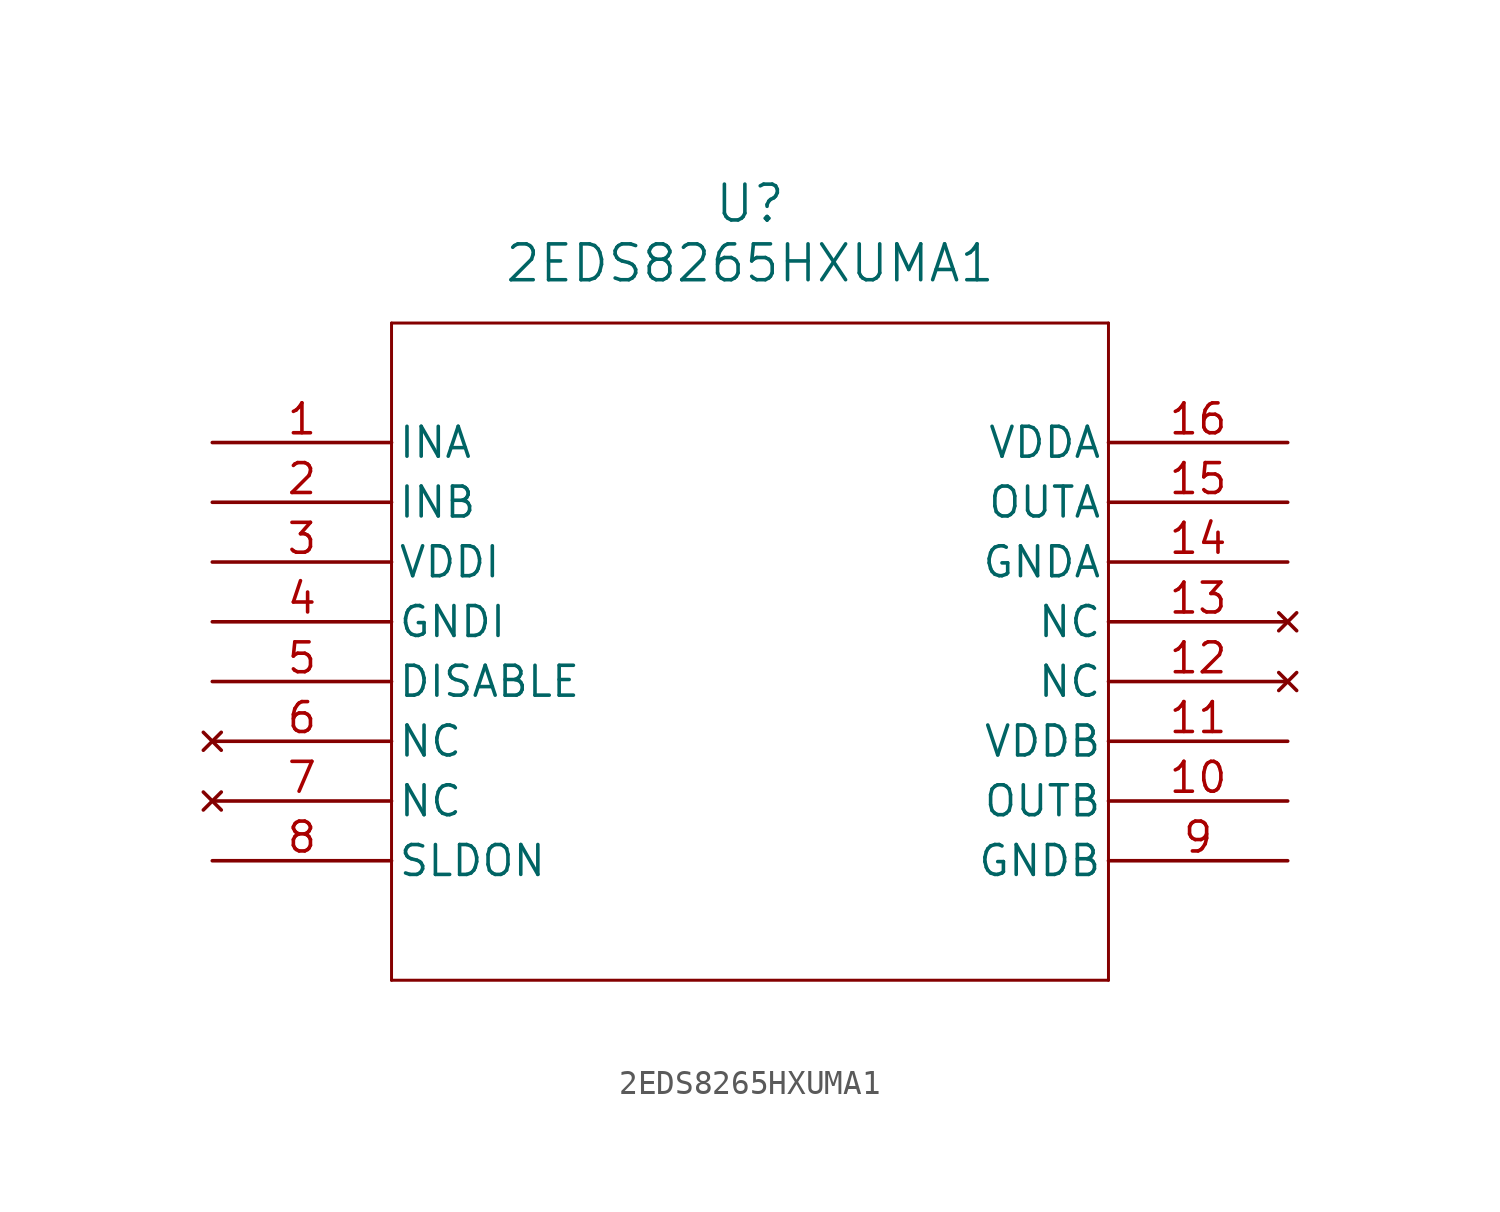
<source format=kicad_sym>
(kicad_symbol_lib
  (version 20211014)
  (generator kicad_symbol_editor)
  (symbol "2EDS8265HXUMA1"
    (pin_names
      (offset 0.254))
    (property "Reference" "U"
      (at 22.86 10.16 0)
      (effects (font (size 1.524 1.524))))
    (property "Value" "2EDS8265HXUMA1"
      (at 22.86 7.62 0)
      (effects (font (size 1.524 1.524))))
    (symbol "2EDS8265HXUMA1_0_1"
      (polyline (pts (xy 7.62 5.08) (xy 7.62 -22.86)) (stroke (width 0.127) (type default) (color 0 0 0 0)) (fill (type none)))
      (polyline (pts (xy 7.62 -22.86) (xy 38.1 -22.86)) (stroke (width 0.127) (type default) (color 0 0 0 0)) (fill (type none)))
      (polyline (pts (xy 38.1 -22.86) (xy 38.1 5.08)) (stroke (width 0.127) (type default) (color 0 0 0 0)) (fill (type none)))
      (polyline (pts (xy 38.1 5.08) (xy 7.62 5.08)) (stroke (width 0.127) (type default) (color 0 0 0 0)) (fill (type none)))
      (pin input line (at 0 0 0) (length 7.62) (name "INA" (effects (font (size 1.27 1.27)))) (number "1" (effects (font (size 1.27 1.27)))))
      (pin input line (at 0 -2.54 0) (length 7.62) (name "INB" (effects (font (size 1.27 1.27)))) (number "2" (effects (font (size 1.27 1.27)))))
      (pin power_in line (at 0 -5.08 0) (length 7.62) (name "VDDI" (effects (font (size 1.27 1.27)))) (number "3" (effects (font (size 1.27 1.27)))))
      (pin power_out line (at 0 -7.62 0) (length 7.62) (name "GNDI" (effects (font (size 1.27 1.27)))) (number "4" (effects (font (size 1.27 1.27)))))
      (pin input line (at 0 -10.16 0) (length 7.62) (name "DISABLE" (effects (font (size 1.27 1.27)))) (number "5" (effects (font (size 1.27 1.27)))))
      (pin no_connect line (at 0 -12.7 0) (length 7.62) (name "NC" (effects (font (size 1.27 1.27)))) (number "6" (effects (font (size 1.27 1.27)))))
      (pin no_connect line (at 0 -15.24 0) (length 7.62) (name "NC" (effects (font (size 1.27 1.27)))) (number "7" (effects (font (size 1.27 1.27)))))
      (pin unspecified line (at 0 -17.78 0) (length 7.62) (name "SLDON" (effects (font (size 1.27 1.27)))) (number "8" (effects (font (size 1.27 1.27)))))
      (pin power_out line (at 45.72 -17.78 180) (length 7.62) (name "GNDB" (effects (font (size 1.27 1.27)))) (number "9" (effects (font (size 1.27 1.27)))))
      (pin output line (at 45.72 -15.24 180) (length 7.62) (name "OUTB" (effects (font (size 1.27 1.27)))) (number "10" (effects (font (size 1.27 1.27)))))
      (pin power_in line (at 45.72 -12.7 180) (length 7.62) (name "VDDB" (effects (font (size 1.27 1.27)))) (number "11" (effects (font (size 1.27 1.27)))))
      (pin no_connect line (at 45.72 -10.16 180) (length 7.62) (name "NC" (effects (font (size 1.27 1.27)))) (number "12" (effects (font (size 1.27 1.27)))))
      (pin no_connect line (at 45.72 -7.62 180) (length 7.62) (name "NC" (effects (font (size 1.27 1.27)))) (number "13" (effects (font (size 1.27 1.27)))))
      (pin power_out line (at 45.72 -5.08 180) (length 7.62) (name "GNDA" (effects (font (size 1.27 1.27)))) (number "14" (effects (font (size 1.27 1.27)))))
      (pin output line (at 45.72 -2.54 180) (length 7.62) (name "OUTA" (effects (font (size 1.27 1.27)))) (number "15" (effects (font (size 1.27 1.27)))))
      (pin power_in line (at 45.72 0 180) (length 7.62) (name "VDDA" (effects (font (size 1.27 1.27)))) (number "16" (effects (font (size 1.27 1.27))))))))
</source>
